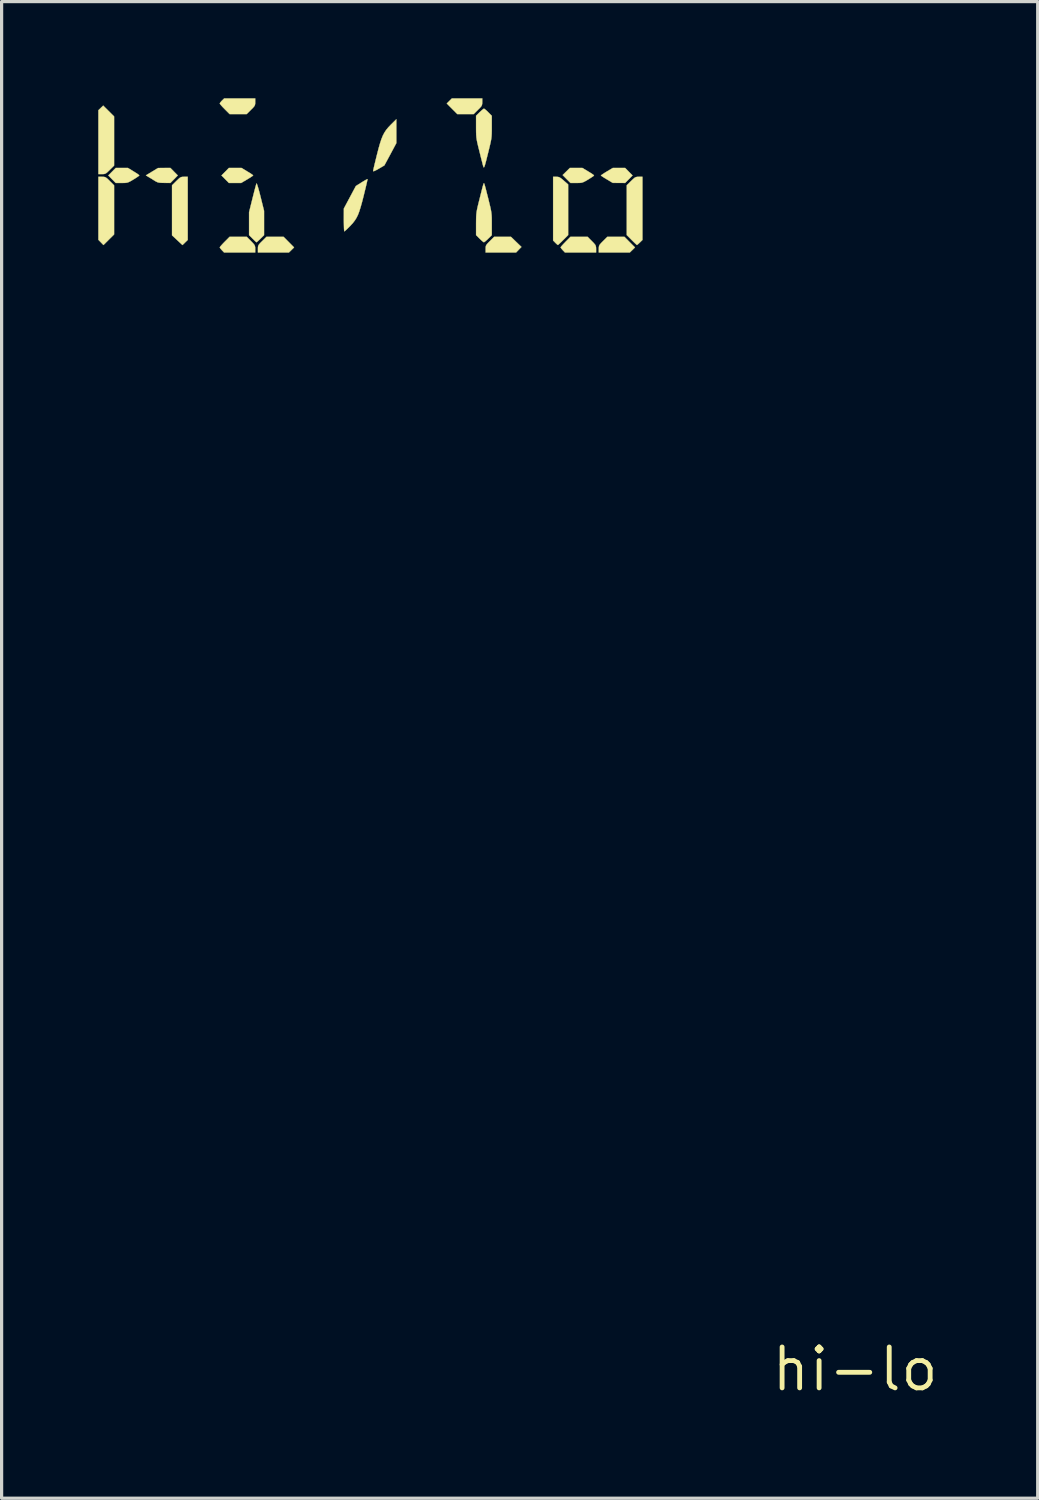
<source format=kicad_pcb>
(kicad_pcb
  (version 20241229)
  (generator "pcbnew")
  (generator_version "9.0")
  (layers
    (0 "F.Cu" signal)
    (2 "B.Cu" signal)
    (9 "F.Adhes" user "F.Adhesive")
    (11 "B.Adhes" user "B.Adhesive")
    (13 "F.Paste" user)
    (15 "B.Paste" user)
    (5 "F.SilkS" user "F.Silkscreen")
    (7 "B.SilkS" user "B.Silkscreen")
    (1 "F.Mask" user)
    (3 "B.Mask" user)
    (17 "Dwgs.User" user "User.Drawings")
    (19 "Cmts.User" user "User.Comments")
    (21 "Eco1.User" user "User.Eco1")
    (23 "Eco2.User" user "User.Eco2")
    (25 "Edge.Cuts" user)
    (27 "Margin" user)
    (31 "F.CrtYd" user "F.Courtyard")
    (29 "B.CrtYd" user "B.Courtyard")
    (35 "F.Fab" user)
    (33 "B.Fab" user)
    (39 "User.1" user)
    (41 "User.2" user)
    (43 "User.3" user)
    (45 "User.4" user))
  (footprint "hi-lo"
    (layer "F.Cu")
    (at 23.5 39.46)
    (property "Reference" "hi-lo" (at 0 0 0) (layer "F.SilkS") (effects (font (size 1.27 1.27) (thickness 0.15))))
    (attr through_hole)
    (fp_poly (pts (xy -23.008 -38.895) (xy -23.008 -37.369) (xy -23.141 -37.237) (xy -23.206 -37.174) (xy -23.252 -37.135) (xy -23.291 -37.114) (xy -23.332 -37.106) (xy -23.384 -37.105) (xy -23.495 -37.105) (xy -23.495 -39.087) (xy -23.421 -39.159) (xy -23.346 -39.231) (xy -23.008 -38.895)) (stroke (width 0.01) (type solid)) (fill yes) (layer "F.SilkS"))
    (fp_poly (pts (xy -11.578 -39.343) (xy -11.58 -39.288) (xy -11.588 -39.247) (xy -11.608 -39.209) (xy -11.648 -39.163) (xy -11.711 -39.1) (xy -11.844 -38.968) (xy -12.352 -38.968) (xy -12.679 -39.297) (xy -12.599 -39.376) (xy -12.518 -39.455) (xy -11.578 -39.455) (xy -11.578 -39.343)) (stroke (width 0.01) (type solid)) (fill yes) (layer "F.SilkS"))
    (fp_poly (pts (xy -7 -34.993) (xy -6.836 -34.828) (xy -6.997 -34.671) (xy -7.959 -34.671) (xy -7.959 -34.783) (xy -7.957 -34.838) (xy -7.949 -34.879) (xy -7.928 -34.916) (xy -7.889 -34.962) (xy -7.826 -35.026) (xy -7.693 -35.158) (xy -7.164 -35.158) (xy -7 -34.993)) (stroke (width 0.01) (type solid)) (fill yes) (layer "F.SilkS"))
    (fp_poly (pts (xy -23.328 -37.019) (xy -23.287 -37.011) (xy -23.25 -36.99) (xy -23.204 -36.951) (xy -23.14 -36.888) (xy -23.008 -36.755) (xy -23.008 -35.231) (xy -23.173 -35.067) (xy -23.338 -34.903) (xy -23.416 -34.984) (xy -23.495 -35.064) (xy -23.495 -37.02) (xy -23.383 -37.02) (xy -23.328 -37.019)) (stroke (width 0.01) (type solid)) (fill yes) (layer "F.SilkS"))
    (fp_poly (pts (xy -20.722 -35.061) (xy -20.804 -34.981) (xy -20.885 -34.902) (xy -21.047 -35.053) (xy -21.209 -35.204) (xy -21.209 -36.757) (xy -21.076 -36.889) (xy -21.011 -36.952) (xy -20.965 -36.991) (xy -20.927 -37.011) (xy -20.885 -37.019) (xy -20.833 -37.02) (xy -20.722 -37.02) (xy -20.722 -35.061)) (stroke (width 0.01) (type solid)) (fill yes) (layer "F.SilkS"))
    (fp_poly (pts (xy -17.583 -34.993) (xy -17.42 -34.828) (xy -17.5 -34.75) (xy -17.581 -34.671) (xy -18.542 -34.671) (xy -18.542 -34.783) (xy -18.541 -34.838) (xy -18.533 -34.879) (xy -18.512 -34.916) (xy -18.473 -34.962) (xy -18.409 -35.026) (xy -18.276 -35.158) (xy -17.747 -35.158) (xy -17.583 -34.993)) (stroke (width 0.01) (type solid)) (fill yes) (layer "F.SilkS"))
    (fp_poly (pts (xy -10.525 -35.001) (xy -10.361 -34.843) (xy -10.445 -34.757) (xy -10.528 -34.671) (xy -11.472 -34.671) (xy -11.472 -34.783) (xy -11.471 -34.838) (xy -11.463 -34.879) (xy -11.442 -34.916) (xy -11.403 -34.962) (xy -11.339 -35.026) (xy -11.207 -35.158) (xy -10.688 -35.158) (xy -10.525 -35.001)) (stroke (width 0.01) (type solid)) (fill yes) (layer "F.SilkS"))
    (fp_poly (pts (xy -18.872 -37.187) (xy -18.795 -37.14) (xy -18.735 -37.1) (xy -18.698 -37.073) (xy -18.69 -37.065) (xy -18.707 -37.049) (xy -18.753 -37.017) (xy -18.821 -36.974) (xy -18.877 -36.94) (xy -19.063 -36.83) (xy -19.443 -36.83) (xy -19.558 -36.946) (xy -19.673 -37.063) (xy -19.558 -37.179) (xy -19.443 -37.296) (xy -19.053 -37.296) (xy -18.872 -37.187)) (stroke (width 0.01) (type solid)) (fill yes) (layer "F.SilkS"))
    (fp_poly (pts (xy -7.027 -37.179) (xy -6.912 -37.063) (xy -7.027 -36.946) (xy -7.142 -36.83) (xy -7.334 -36.831) (xy -7.525 -36.832) (xy -7.709 -36.942) (xy -7.787 -36.989) (xy -7.848 -37.028) (xy -7.886 -37.055) (xy -7.894 -37.063) (xy -7.877 -37.077) (xy -7.832 -37.108) (xy -7.765 -37.151) (xy -7.709 -37.185) (xy -7.523 -37.296) (xy -7.142 -37.296) (xy -7.027 -37.179)) (stroke (width 0.01) (type solid)) (fill yes) (layer "F.SilkS"))
    (fp_poly (pts (xy -21.145 -37.179) (xy -21.031 -37.063) (xy -21.145 -36.946) (xy -21.26 -36.83) (xy -21.452 -36.832) (xy -21.546 -36.834) (xy -21.611 -36.84) (xy -21.662 -36.853) (xy -21.712 -36.877) (xy -21.759 -36.906) (xy -21.834 -36.953) (xy -21.907 -36.997) (xy -21.948 -37.022) (xy -22.02 -37.065) (xy -21.831 -37.18) (xy -21.643 -37.294) (xy -21.452 -37.295) (xy -21.26 -37.296) (xy -21.145 -37.179)) (stroke (width 0.01) (type solid)) (fill yes) (layer "F.SilkS"))
    (fp_poly (pts (xy -18.758 -35.025) (xy -18.695 -34.96) (xy -18.656 -34.914) (xy -18.636 -34.875) (xy -18.628 -34.834) (xy -18.627 -34.782) (xy -18.627 -34.671) (xy -19.592 -34.671) (xy -19.66 -34.741) (xy -19.7 -34.787) (xy -19.724 -34.822) (xy -19.727 -34.83) (xy -19.713 -34.853) (xy -19.675 -34.897) (xy -19.62 -34.957) (xy -19.574 -35.004) (xy -19.421 -35.158) (xy -18.89 -35.158) (xy -18.758 -35.025)) (stroke (width 0.01) (type solid)) (fill yes) (layer "F.SilkS"))
    (fp_poly (pts (xy -18.627 -39.343) (xy -18.628 -39.288) (xy -18.636 -39.247) (xy -18.657 -39.209) (xy -18.696 -39.163) (xy -18.76 -39.1) (xy -18.892 -38.968) (xy -19.421 -38.968) (xy -19.574 -39.122) (xy -19.638 -39.188) (xy -19.689 -39.245) (xy -19.72 -39.284) (xy -19.727 -39.298) (xy -19.713 -39.324) (xy -19.678 -39.367) (xy -19.658 -39.387) (xy -19.588 -39.455) (xy -18.627 -39.455) (xy -18.627 -39.343)) (stroke (width 0.01) (type solid)) (fill yes) (layer "F.SilkS"))
    (fp_poly (pts (xy -9.227 -37.018) (xy -9.184 -37.006) (xy -9.139 -36.979) (xy -9.079 -36.931) (xy -9.046 -36.902) (xy -8.911 -36.784) (xy -8.911 -35.212) (xy -9.064 -35.058) (xy -9.129 -34.994) (xy -9.183 -34.943) (xy -9.219 -34.911) (xy -9.229 -34.904) (xy -9.25 -34.918) (xy -9.288 -34.953) (xy -9.309 -34.974) (xy -9.377 -35.043) (xy -9.377 -37.02) (xy -9.279 -37.02) (xy -9.227 -37.018)) (stroke (width 0.01) (type solid)) (fill yes) (layer "F.SilkS"))
    (fp_poly (pts (xy -8.175 -35.025) (xy -8.112 -34.96) (xy -8.073 -34.914) (xy -8.053 -34.875) (xy -8.045 -34.834) (xy -8.043 -34.782) (xy -8.043 -34.671) (xy -9.009 -34.671) (xy -9.076 -34.741) (xy -9.117 -34.787) (xy -9.141 -34.822) (xy -9.144 -34.83) (xy -9.13 -34.853) (xy -9.092 -34.897) (xy -9.036 -34.957) (xy -8.991 -35.004) (xy -8.838 -35.158) (xy -8.307 -35.158) (xy -8.175 -35.025)) (stroke (width 0.01) (type solid)) (fill yes) (layer "F.SilkS"))
    (fp_poly (pts (xy -6.604 -35.061) (xy -6.684 -34.982) (xy -6.731 -34.938) (xy -6.765 -34.91) (xy -6.775 -34.904) (xy -6.793 -34.918) (xy -6.834 -34.956) (xy -6.891 -35.011) (xy -6.938 -35.058) (xy -7.091 -35.212) (xy -7.091 -36.757) (xy -6.958 -36.889) (xy -6.893 -36.952) (xy -6.847 -36.991) (xy -6.808 -37.011) (xy -6.767 -37.019) (xy -6.715 -37.02) (xy -6.604 -37.02) (xy -6.604 -35.061)) (stroke (width 0.01) (type solid)) (fill yes) (layer "F.SilkS"))
    (fp_poly (pts (xy -22.403 -37.188) (xy -22.327 -37.141) (xy -22.267 -37.101) (xy -22.232 -37.073) (xy -22.225 -37.064) (xy -22.242 -37.047) (xy -22.288 -37.014) (xy -22.355 -36.97) (xy -22.407 -36.938) (xy -22.49 -36.889) (xy -22.551 -36.858) (xy -22.602 -36.84) (xy -22.657 -36.832) (xy -22.729 -36.83) (xy -22.772 -36.83) (xy -22.957 -36.83) (xy -23.072 -36.946) (xy -23.187 -37.063) (xy -23.072 -37.179) (xy -22.957 -37.296) (xy -22.58 -37.296) (xy -22.403 -37.188)) (stroke (width 0.01) (type solid)) (fill yes) (layer "F.SilkS"))
    (fp_poly (pts (xy -8.288 -37.187) (xy -8.212 -37.14) (xy -8.151 -37.1) (xy -8.114 -37.072) (xy -8.107 -37.063) (xy -8.124 -37.046) (xy -8.17 -37.013) (xy -8.237 -36.97) (xy -8.288 -36.938) (xy -8.372 -36.889) (xy -8.433 -36.858) (xy -8.484 -36.84) (xy -8.539 -36.832) (xy -8.611 -36.83) (xy -8.654 -36.83) (xy -8.838 -36.83) (xy -8.96 -36.952) (xy -9.081 -37.075) (xy -8.969 -37.185) (xy -8.857 -37.296) (xy -8.47 -37.296) (xy -8.288 -37.187)) (stroke (width 0.01) (type solid)) (fill yes) (layer "F.SilkS"))
    (fp_poly (pts (xy -14.245 -38.067) (xy -14.43 -37.721) (xy -14.616 -37.375) (xy -14.79 -37.273) (xy -14.878 -37.224) (xy -14.935 -37.198) (xy -14.962 -37.195) (xy -14.965 -37.202) (xy -14.96 -37.231) (xy -14.946 -37.295) (xy -14.925 -37.387) (xy -14.897 -37.501) (xy -14.865 -37.632) (xy -14.847 -37.704) (xy -14.797 -37.899) (xy -14.751 -38.06) (xy -14.708 -38.191) (xy -14.664 -38.3) (xy -14.615 -38.393) (xy -14.56 -38.476) (xy -14.495 -38.555) (xy -14.417 -38.637) (xy -14.409 -38.645) (xy -14.245 -38.808) (xy -14.245 -38.067)) (stroke (width 0.01) (type solid)) (fill yes) (layer "F.SilkS"))
    (fp_poly (pts (xy -18.575 -36.801) (xy -18.557 -36.751) (xy -18.533 -36.672) (xy -18.504 -36.568) (xy -18.472 -36.446) (xy -18.46 -36.398) (xy -18.352 -35.963) (xy -18.352 -35.209) (xy -18.463 -35.099) (xy -18.519 -35.046) (xy -18.562 -35.006) (xy -18.585 -34.989) (xy -18.586 -34.989) (xy -18.605 -35.002) (xy -18.645 -35.039) (xy -18.698 -35.092) (xy -18.707 -35.1) (xy -18.817 -35.212) (xy -18.817 -35.921) (xy -18.708 -36.359) (xy -18.675 -36.49) (xy -18.645 -36.607) (xy -18.619 -36.704) (xy -18.599 -36.774) (xy -18.587 -36.811) (xy -18.584 -36.815) (xy -18.575 -36.801)) (stroke (width 0.01) (type solid)) (fill yes) (layer "F.SilkS"))
    (fp_poly (pts (xy -15.143 -36.927) (xy -15.155 -36.87) (xy -15.175 -36.783) (xy -15.201 -36.672) (xy -15.233 -36.542) (xy -15.261 -36.427) (xy -15.311 -36.232) (xy -15.356 -36.073) (xy -15.397 -35.943) (xy -15.438 -35.836) (xy -15.483 -35.746) (xy -15.533 -35.666) (xy -15.591 -35.591) (xy -15.661 -35.513) (xy -15.692 -35.481) (xy -15.757 -35.416) (xy -15.811 -35.365) (xy -15.847 -35.334) (xy -15.859 -35.327) (xy -15.864 -35.347) (xy -15.869 -35.403) (xy -15.872 -35.486) (xy -15.874 -35.592) (xy -15.875 -35.682) (xy -15.874 -36.036) (xy -15.501 -36.735) (xy -15.325 -36.846) (xy -15.249 -36.892) (xy -15.188 -36.927) (xy -15.15 -36.947) (xy -15.14 -36.949) (xy -15.143 -36.927)) (stroke (width 0.01) (type solid)) (fill yes) (layer "F.SilkS"))
    (fp_poly (pts (xy -11.5 -39.123) (xy -11.455 -39.086) (xy -11.4 -39.033) (xy -11.392 -39.025) (xy -11.282 -38.914) (xy -11.282 -38.57) (xy -11.282 -38.454) (xy -11.284 -38.361) (xy -11.288 -38.283) (xy -11.296 -38.209) (xy -11.31 -38.13) (xy -11.33 -38.038) (xy -11.358 -37.921) (xy -11.388 -37.798) (xy -11.429 -37.635) (xy -11.46 -37.51) (xy -11.485 -37.419) (xy -11.503 -37.358) (xy -11.517 -37.324) (xy -11.528 -37.313) (xy -11.537 -37.321) (xy -11.546 -37.345) (xy -11.553 -37.37) (xy -11.566 -37.417) (xy -11.586 -37.498) (xy -11.613 -37.602) (xy -11.643 -37.723) (xy -11.672 -37.84) (xy -11.706 -37.976) (xy -11.731 -38.083) (xy -11.748 -38.169) (xy -11.759 -38.246) (xy -11.765 -38.325) (xy -11.768 -38.415) (xy -11.769 -38.529) (xy -11.769 -38.571) (xy -11.769 -38.916) (xy -11.657 -39.027) (xy -11.6 -39.08) (xy -11.553 -39.12) (xy -11.526 -39.137) (xy -11.524 -39.137) (xy -11.5 -39.123)) (stroke (width 0.01) (type solid)) (fill yes) (layer "F.SilkS"))
    (fp_poly (pts (xy -11.521 -36.817) (xy -11.515 -36.805) (xy -11.512 -36.798) (xy -11.502 -36.766) (xy -11.483 -36.698) (xy -11.458 -36.604) (xy -11.429 -36.489) (xy -11.396 -36.36) (xy -11.388 -36.328) (xy -11.353 -36.184) (xy -11.326 -36.072) (xy -11.307 -35.982) (xy -11.295 -35.905) (xy -11.287 -35.831) (xy -11.283 -35.751) (xy -11.282 -35.656) (xy -11.282 -35.555) (xy -11.282 -35.209) (xy -11.394 -35.099) (xy -11.451 -35.045) (xy -11.497 -35.006) (xy -11.525 -34.989) (xy -11.527 -34.989) (xy -11.551 -35.003) (xy -11.595 -35.04) (xy -11.651 -35.093) (xy -11.658 -35.1) (xy -11.769 -35.212) (xy -11.769 -35.556) (xy -11.768 -35.678) (xy -11.766 -35.775) (xy -11.761 -35.856) (xy -11.752 -35.932) (xy -11.737 -36.015) (xy -11.715 -36.114) (xy -11.684 -36.24) (xy -11.672 -36.286) (xy -11.631 -36.452) (xy -11.598 -36.582) (xy -11.574 -36.678) (xy -11.555 -36.746) (xy -11.542 -36.79) (xy -11.533 -36.814) (xy -11.526 -36.821) (xy -11.521 -36.817)) (stroke (width 0.01) (type solid)) (fill yes) (layer "F.SilkS")))
  (gr_rect
    (start -3 -3)
    (end 29.168 43.466)
    (stroke (width 0.1) (type default))
    (fill no)
    (layer "Edge.Cuts")))
</source>
